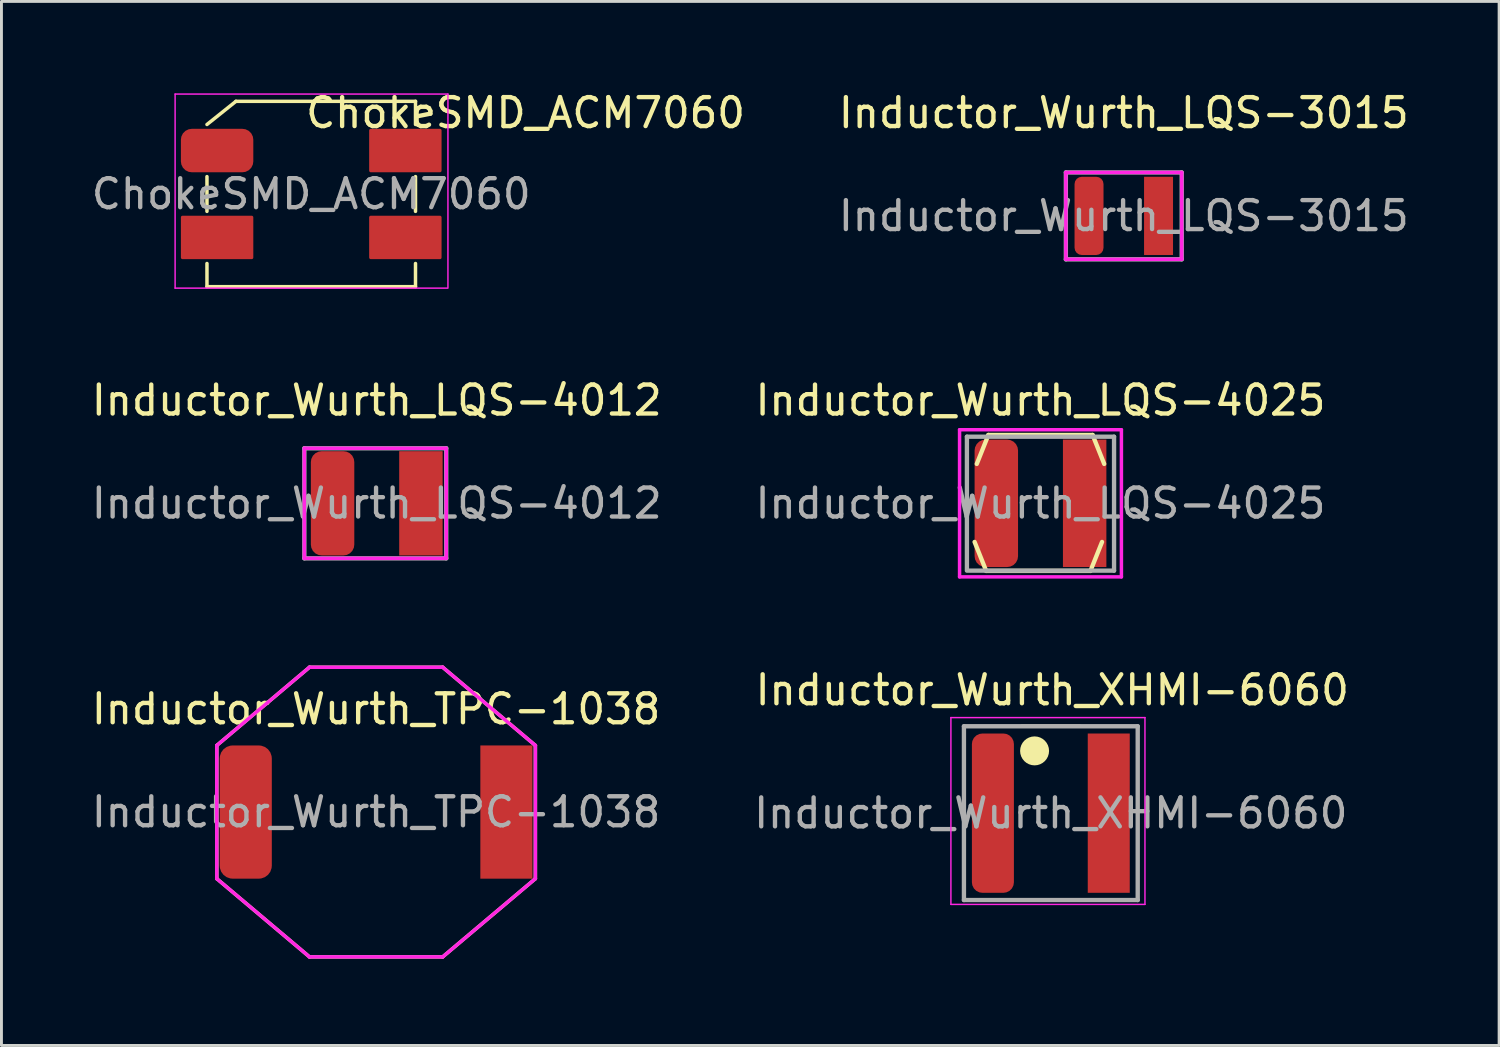
<source format=kicad_pcb>
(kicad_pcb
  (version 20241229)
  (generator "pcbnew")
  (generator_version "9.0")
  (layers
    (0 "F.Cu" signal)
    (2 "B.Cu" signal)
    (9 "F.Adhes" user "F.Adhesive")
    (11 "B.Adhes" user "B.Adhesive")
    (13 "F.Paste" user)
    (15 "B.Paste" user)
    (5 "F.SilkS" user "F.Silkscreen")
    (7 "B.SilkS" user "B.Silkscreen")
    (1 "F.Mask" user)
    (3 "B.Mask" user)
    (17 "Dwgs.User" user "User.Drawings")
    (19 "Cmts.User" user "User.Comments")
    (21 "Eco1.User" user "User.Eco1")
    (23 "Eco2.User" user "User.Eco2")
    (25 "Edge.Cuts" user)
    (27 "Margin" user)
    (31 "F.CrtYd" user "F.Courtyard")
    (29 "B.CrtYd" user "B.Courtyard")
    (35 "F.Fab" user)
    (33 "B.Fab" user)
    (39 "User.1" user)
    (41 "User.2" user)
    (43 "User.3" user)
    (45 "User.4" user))
  (footprint "ChokeSMD_ACM7060"
    (layer "F.Cu")
    (at 7.696 3.648)
    (property "Reference" "ChokeSMD_ACM7060" (at 7.4 -2.8 0) (layer "F.SilkS") (effects (font (size 1 1) (thickness 0.15))))
    (attr smd)
    (fp_line (start -3.6 -2.4) (end -2.6 -3.2) (stroke (width 0.12) (type solid)) (layer "F.SilkS"))
    (fp_line (start -3.6 -0.6) (end -3.6 0.6) (stroke (width 0.12) (type solid)) (layer "F.SilkS"))
    (fp_line (start -3.6 2.4) (end -3.6 3.2) (stroke (width 0.12) (type solid)) (layer "F.SilkS"))
    (fp_line (start -2.6 -3.2) (end 3.6 -3.2) (stroke (width 0.12) (type solid)) (layer "F.SilkS"))
    (fp_line (start 3.6 -3.2) (end 3.6 -2.4) (stroke (width 0.12) (type solid)) (layer "F.SilkS"))
    (fp_line (start 3.6 0.6) (end 3.6 -0.6) (stroke (width 0.12) (type solid)) (layer "F.SilkS"))
    (fp_line (start 3.6 3.2) (end -3.6 3.2) (stroke (width 0.12) (type solid)) (layer "F.SilkS"))
    (fp_line (start 3.6 3.2) (end 3.6 2.4) (stroke (width 0.12) (type solid)) (layer "F.SilkS"))
    (fp_line (start -4.7 -3.45) (end 4.72 -3.45) (stroke (width 0.05) (type solid)) (layer "F.CrtYd"))
    (fp_line (start -4.7 3.25) (end -4.7 -3.45) (stroke (width 0.05) (type solid)) (layer "F.CrtYd"))
    (fp_line (start -4.7 3.25) (end 4.7 3.25) (stroke (width 0.05) (type solid)) (layer "F.CrtYd"))
    (fp_line (start 4.72 3.25) (end 4.72 -3.45) (stroke (width 0.05) (type solid)) (layer "F.CrtYd"))
    (fp_text user "${REFERENCE}" (at 0 0 0) (layer "F.Fab") (effects (font (size 1 1) (thickness 0.15))))
    (pad "1" smd roundrect (at -3.25 -1.5 90) (size 1.5 2.5) (layers "F.Cu" "F.Mask" "F.Paste") (roundrect_rratio 0.25))
    (pad "2" smd roundrect (at -3.25 1.5 90) (size 1.5 2.5) (layers "F.Cu" "F.Mask" "F.Paste") (roundrect_rratio 0.037))
    (pad "3" smd roundrect (at 3.25 1.5 90) (size 1.5 2.5) (layers "F.Cu" "F.Mask" "F.Paste") (roundrect_rratio 0.037))
    (pad "4" smd roundrect (at 3.25 -1.5 90) (size 1.5 2.5) (layers "F.Cu" "F.Mask" "F.Paste") (roundrect_rratio 0.037)))
  (footprint "Inductor_Wurth_TPC-1038"
    (layer "F.Cu")
    (at 9.935 24.988)
    (property "Reference" "Inductor_Wurth_TPC-1038" (at 0 -3.556 0) (layer "F.SilkS") (effects (font (size 1 1) (thickness 0.15))))
    (attr smd)
    (fp_line (start -5.5 -2.3) (end -2.3 -5) (stroke (width 0.12) (type solid)) (layer "F.SilkS"))
    (fp_line (start -5.5 2.3) (end -5.5 -2.3) (stroke (width 0.12) (type solid)) (layer "F.SilkS"))
    (fp_line (start -5.5 2.3) (end -2.3 5) (stroke (width 0.12) (type solid)) (layer "F.SilkS"))
    (fp_line (start -2.3 -5) (end 2.3 -5) (stroke (width 0.12) (type solid)) (layer "F.SilkS"))
    (fp_line (start 2.3 -5) (end 5.5 -2.3) (stroke (width 0.12) (type solid)) (layer "F.SilkS"))
    (fp_line (start 2.3 5) (end -2.3 5) (stroke (width 0.12) (type solid)) (layer "F.SilkS"))
    (fp_line (start 2.3 5) (end 5.5 2.3) (stroke (width 0.12) (type solid)) (layer "F.SilkS"))
    (fp_line (start 5.5 -2.3) (end 5.5 2.3) (stroke (width 0.12) (type solid)) (layer "F.SilkS"))
    (fp_line (start -5.5 -2.3) (end -2.3 -5) (stroke (width 0.12) (type solid)) (layer "F.CrtYd"))
    (fp_line (start -5.5 2.3) (end -5.5 -2.3) (stroke (width 0.12) (type solid)) (layer "F.CrtYd"))
    (fp_line (start -5.5 2.3) (end -2.3 5) (stroke (width 0.12) (type solid)) (layer "F.CrtYd"))
    (fp_line (start -2.3 -5) (end 2.3 -5) (stroke (width 0.12) (type solid)) (layer "F.CrtYd"))
    (fp_line (start 2.3 -5) (end 5.5 -2.3) (stroke (width 0.12) (type solid)) (layer "F.CrtYd"))
    (fp_line (start 2.3 5) (end -2.3 5) (stroke (width 0.12) (type solid)) (layer "F.CrtYd"))
    (fp_line (start 2.3 5) (end 5.5 2.3) (stroke (width 0.12) (type solid)) (layer "F.CrtYd"))
    (fp_line (start 5.5 -2.3) (end 5.5 2.3) (stroke (width 0.12) (type solid)) (layer "F.CrtYd"))
    (fp_text user "${REFERENCE}" (at 0 0 0) (layer "F.Fab") (effects (font (size 1 1) (thickness 0.15))))
    (pad "1" smd roundrect (at -4.5 0) (size 1.8 4.6) (layers "F.Cu" "F.Mask" "F.Paste") (roundrect_rratio 0.25))
    (pad "2" smd rect (at 4.5 0) (size 1.8 4.6) (layers "F.Cu" "F.Mask" "F.Paste")))
  (footprint "Inductor_Wurth_LQS-4012"
    (layer "F.Cu")
    (at 9.958 14.328)
    (property "Reference" "Inductor_Wurth_LQS-4012" (at 0 -3.556 0) (layer "F.SilkS") (effects (font (size 1 1) (thickness 0.15))))
    (attr smd)
    (fp_line (start -2.5 -1.9) (end 2.4 -1.9) (stroke (width 0.12) (type solid)) (layer "F.CrtYd"))
    (fp_line (start -2.5 1.9) (end -2.5 -1.9) (stroke (width 0.12) (type solid)) (layer "F.CrtYd"))
    (fp_line (start 2.4 -1.9) (end 2.4 1.9) (stroke (width 0.12) (type solid)) (layer "F.CrtYd"))
    (fp_line (start 2.4 1.9) (end -2.5 1.9) (stroke (width 0.12) (type solid)) (layer "F.CrtYd"))
    (fp_line (start -2.5 -1.9) (end -2.5 1.9) (stroke (width 0.15) (type solid)) (layer "F.Fab"))
    (fp_line (start -2.5 1.9) (end 2.4 1.9) (stroke (width 0.15) (type solid)) (layer "F.Fab"))
    (fp_line (start 2.4 -1.9) (end -2.5 -1.9) (stroke (width 0.15) (type solid)) (layer "F.Fab"))
    (fp_line (start 2.4 1.9) (end 2.4 -1.9) (stroke (width 0.15) (type solid)) (layer "F.Fab"))
    (fp_text user "${REFERENCE}" (at 0 0 0) (layer "F.Fab") (effects (font (size 1 1) (thickness 0.15))))
    (pad "1" smd roundrect (at -1.525 0) (size 1.5 3.6) (layers "F.Cu" "F.Mask" "F.Paste") (roundrect_rratio 0.25))
    (pad "2" smd rect (at 1.525 0) (size 1.5 3.6) (layers "F.Cu" "F.Mask" "F.Paste")))
  (footprint "Inductor_Wurth_XHMI-6060"
    (layer "F.Cu")
    (at 33.232 25.026)
    (property "Reference" "Inductor_Wurth_XHMI-6060" (at 0.05 -4.25 0) (layer "F.SilkS") (effects (font (size 1 1) (thickness 0.15))))
    (attr smd)
    (fp_line (start -1 -3) (end 1 -3) (stroke (width 0.12) (type solid)) (layer "F.SilkS"))
    (fp_line (start 1 3) (end -1 3) (stroke (width 0.12) (type solid)) (layer "F.SilkS"))
    (fp_circle (center -0.561 -2.15) (end -0.311 -2.15) (stroke (width 0.5) (type solid)) (fill no) (layer "F.SilkS"))
    (fp_line (start -3.45 -3.3) (end -3.45 3.15) (stroke (width 0.05) (type solid)) (layer "F.CrtYd"))
    (fp_line (start -3.45 3.15) (end 3.25 3.15) (stroke (width 0.05) (type solid)) (layer "F.CrtYd"))
    (fp_line (start 3.25 -3.3) (end -3.45 -3.3) (stroke (width 0.05) (type solid)) (layer "F.CrtYd"))
    (fp_line (start 3.25 3.15) (end 3.25 -3.3) (stroke (width 0.05) (type solid)) (layer "F.CrtYd"))
    (fp_line (start -3 -3) (end -3 3) (stroke (width 0.15) (type solid)) (layer "F.Fab"))
    (fp_line (start -3 3) (end 3 3) (stroke (width 0.15) (type solid)) (layer "F.Fab"))
    (fp_line (start 3 -3) (end -3 -3) (stroke (width 0.15) (type solid)) (layer "F.Fab"))
    (fp_line (start 3 3) (end 3 -3) (stroke (width 0.15) (type solid)) (layer "F.Fab"))
    (fp_text user "${REFERENCE}" (at 0 0 0) (layer "F.Fab") (effects (font (size 1 1) (thickness 0.15))))
    (pad "1" smd roundrect (at -2 0) (size 1.45 5.5) (layers "F.Cu" "F.Mask" "F.Paste") (roundrect_rratio 0.25))
    (pad "2" smd rect (at 2 0) (size 1.45 5.5) (layers "F.Cu" "F.Mask" "F.Paste")))
  (footprint "Inductor_Wurth_LQS-4025"
    (layer "F.Cu")
    (at 32.875 14.328)
    (property "Reference" "Inductor_Wurth_LQS-4025" (at 0 -3.556 0) (layer "F.SilkS") (effects (font (size 1 1) (thickness 0.15))))
    (attr smd)
    (fp_line (start -1.875 2.334) (end -2.275 1.334) (stroke (width 0.15) (type solid)) (layer "F.SilkS"))
    (fp_line (start -1.8 -2.36) (end -2.2 -1.36) (stroke (width 0.15) (type solid)) (layer "F.SilkS"))
    (fp_line (start -1.8 -2.36) (end 1.8 -2.36) (stroke (width 0.15) (type solid)) (layer "F.SilkS"))
    (fp_line (start 1.725 2.334) (end -1.875 2.334) (stroke (width 0.15) (type solid)) (layer "F.SilkS"))
    (fp_line (start 1.725 2.334) (end 2.125 1.334) (stroke (width 0.15) (type solid)) (layer "F.SilkS"))
    (fp_line (start 1.8 -2.36) (end 2.2 -1.36) (stroke (width 0.15) (type solid)) (layer "F.SilkS"))
    (fp_line (start -2.794 -2.54) (end 2.794 -2.54) (stroke (width 0.12) (type solid)) (layer "F.CrtYd"))
    (fp_line (start -2.794 2.54) (end -2.794 -2.54) (stroke (width 0.12) (type solid)) (layer "F.CrtYd"))
    (fp_line (start 2.794 -2.54) (end 2.794 2.54) (stroke (width 0.12) (type solid)) (layer "F.CrtYd"))
    (fp_line (start 2.794 2.54) (end -2.794 2.54) (stroke (width 0.12) (type solid)) (layer "F.CrtYd"))
    (fp_line (start -2.54 -2.3) (end -2.54 2.286) (stroke (width 0.15) (type solid)) (layer "F.Fab"))
    (fp_line (start -2.54 2.325) (end 2.54 2.325) (stroke (width 0.15) (type solid)) (layer "F.Fab"))
    (fp_line (start 2.54 -2.3) (end -2.54 -2.3) (stroke (width 0.15) (type solid)) (layer "F.Fab"))
    (fp_line (start 2.54 2.325) (end 2.54 -2.3) (stroke (width 0.15) (type solid)) (layer "F.Fab"))
    (fp_text user "${REFERENCE}" (at 0 0 0) (layer "F.Fab") (effects (font (size 1 1) (thickness 0.15))))
    (pad "1" smd roundrect (at -1.525 0) (size 1.5 4.4) (layers "F.Cu" "F.Mask" "F.Paste") (roundrect_rratio 0.25))
    (pad "2" smd rect (at 1.525 0) (size 1.5 4.4) (layers "F.Cu" "F.Mask" "F.Paste")))
  (footprint "Inductor_Wurth_LQS-3015"
    (layer "F.Cu")
    (at 35.751 4.404)
    (property "Reference" "Inductor_Wurth_LQS-3015" (at 0 -3.556 0) (layer "F.SilkS") (effects (font (size 1 1) (thickness 0.15))))
    (attr smd)
    (fp_line (start -2 -1.5) (end 2 -1.5) (stroke (width 0.12) (type solid)) (layer "F.CrtYd"))
    (fp_line (start -2 1.5) (end -2 -1.5) (stroke (width 0.12) (type solid)) (layer "F.CrtYd"))
    (fp_line (start 2 -1.5) (end 2 1.5) (stroke (width 0.12) (type solid)) (layer "F.CrtYd"))
    (fp_line (start 2 1.5) (end -2 1.5) (stroke (width 0.12) (type solid)) (layer "F.CrtYd"))
    (fp_line (start -2 -1.5) (end -2 1.5) (stroke (width 0.15) (type solid)) (layer "F.Fab"))
    (fp_line (start -2 1.5) (end 2 1.5) (stroke (width 0.15) (type solid)) (layer "F.Fab"))
    (fp_line (start 2 -1.5) (end -2 -1.5) (stroke (width 0.15) (type solid)) (layer "F.Fab"))
    (fp_line (start 2 1.5) (end 2 -1.5) (stroke (width 0.15) (type solid)) (layer "F.Fab"))
    (fp_text user "${REFERENCE}" (at 0 0 0) (layer "F.Fab") (effects (font (size 1 1) (thickness 0.15))))
    (pad "1" smd roundrect (at -1.2 0) (size 1 2.7) (layers "F.Cu" "F.Mask" "F.Paste") (roundrect_rratio 0.25))
    (pad "2" smd rect (at 1.2 0) (size 1 2.7) (layers "F.Cu" "F.Mask" "F.Paste")))
  (gr_rect
    (start -3 -3)
    (end 48.71 33.047)
    (stroke (width 0.1) (type default))
    (fill no)
    (layer "Edge.Cuts")))
</source>
